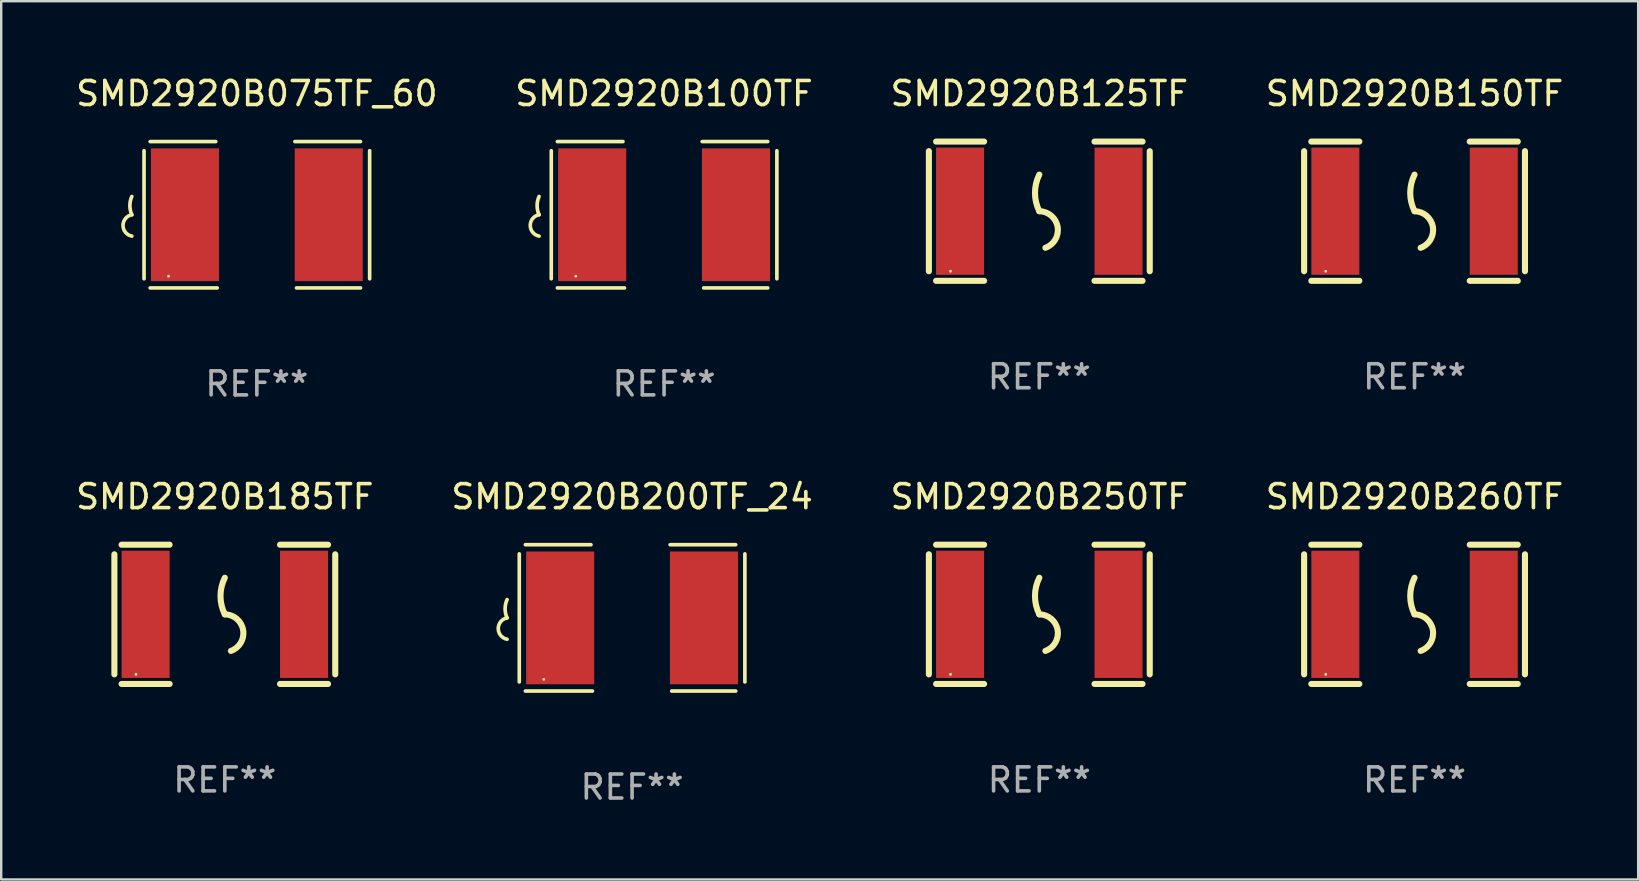
<source format=kicad_pcb>
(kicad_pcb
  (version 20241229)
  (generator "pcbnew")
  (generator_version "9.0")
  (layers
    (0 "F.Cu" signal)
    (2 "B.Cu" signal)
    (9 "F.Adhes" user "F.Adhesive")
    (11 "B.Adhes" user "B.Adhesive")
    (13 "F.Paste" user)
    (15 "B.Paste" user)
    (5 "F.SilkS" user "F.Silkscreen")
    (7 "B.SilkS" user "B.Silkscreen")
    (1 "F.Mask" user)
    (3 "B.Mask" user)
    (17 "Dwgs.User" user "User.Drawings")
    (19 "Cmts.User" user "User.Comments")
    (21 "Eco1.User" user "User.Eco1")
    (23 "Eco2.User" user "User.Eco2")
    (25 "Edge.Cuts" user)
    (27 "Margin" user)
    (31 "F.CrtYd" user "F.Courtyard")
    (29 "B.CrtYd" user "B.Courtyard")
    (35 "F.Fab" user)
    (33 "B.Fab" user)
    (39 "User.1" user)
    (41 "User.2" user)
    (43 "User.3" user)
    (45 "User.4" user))
  (footprint "SMD2920B185TF"
    (layer "F.Cu")
    (at 6.315 22.541)
    (property "Reference" "SMD2920B185TF" (at 0 -4.9 0) (layer "F.SilkS") (effects (font (size 1 1) (thickness 0.15))))
    (attr through_hole)
    (fp_line (start -4.6 -2.5) (end -4.6 2.5) (stroke (width 0.254) (type solid)) (layer "F.SilkS"))
    (fp_line (start -4.3 -2.9) (end -2.3 -2.9) (stroke (width 0.254) (type solid)) (layer "F.SilkS"))
    (fp_line (start -4.3 2.9) (end -2.3 2.9) (stroke (width 0.254) (type solid)) (layer "F.SilkS"))
    (fp_line (start 2.3 -2.9) (end 4.3 -2.9) (stroke (width 0.254) (type solid)) (layer "F.SilkS"))
    (fp_line (start 2.3 2.9) (end 4.3 2.9) (stroke (width 0.254) (type solid)) (layer "F.SilkS"))
    (fp_line (start 4.6 -2.5) (end 4.6 2.5) (stroke (width 0.254) (type solid)) (layer "F.SilkS"))
    (fp_arc (start 0 0) (mid -0.179884 -0.762002) (end 0 -1.524003) (stroke (width 0.254001) (type solid)) (layer "F.SilkS"))
    (fp_arc (start 0 0) (mid 0.763086 0.655987) (end 0.254001 1.524003) (stroke (width 0.254001) (type solid)) (layer "F.SilkS"))
    (fp_circle (center -3.7 2.5) (end -3.67 2.5) (stroke (width 0.06) (type solid)) (fill no) (layer "F.SilkS"))
    (fp_text user "REF**" (at 0 6.9 0) (layer "F.Fab") (effects (font (size 1 1) (thickness 0.15))))
    (pad "1" smd rect (at -3.3 0) (size 2 5.3) (layers "F.Cu" "F.Mask" "F.Paste"))
    (pad "2" smd rect (at 3.3 0) (size 2 5.3) (layers "F.Cu" "F.Mask" "F.Paste")))
  (footprint "SMD2920B075TF_60"
    (layer "F.Cu")
    (at 7.649 5.896)
    (property "Reference" "SMD2920B075TF_60" (at 0 -5.048 0) (layer "F.SilkS") (effects (font (size 1 1) (thickness 0.15))))
    (attr through_hole)
    (fp_line (start -4.699 -2.667) (end -4.699 2.667) (stroke (width 0.152) (type solid)) (layer "F.SilkS"))
    (fp_line (start -4.445 -3.048) (end -1.712 -3.048) (stroke (width 0.152) (type solid)) (layer "F.SilkS"))
    (fp_line (start -1.651 3.048) (end -4.445 3.048) (stroke (width 0.152) (type solid)) (layer "F.SilkS"))
    (fp_line (start 1.651 3.048) (end 4.318 3.048) (stroke (width 0.152) (type solid)) (layer "F.SilkS"))
    (fp_line (start 4.318 -3.048) (end 1.585 -3.048) (stroke (width 0.152) (type solid)) (layer "F.SilkS"))
    (fp_line (start 4.699 -2.667) (end 4.699 2.667) (stroke (width 0.152) (type solid)) (layer "F.SilkS"))
    (fp_arc (start -5.20701 0) (mid -5.288646 -0.381001) (end -5.20701 -0.762002) (stroke (width 0.151994) (type solid)) (layer "F.SilkS"))
    (fp_arc (start -5.20701 0.889002) (mid -5.574698 0.444501) (end -5.20701 0) (stroke (width 0.151994) (type solid)) (layer "F.SilkS"))
    (fp_circle (center -3.677 2.56) (end -3.647 2.56) (stroke (width 0.06) (type solid)) (fill no) (layer "F.SilkS"))
    (fp_text user "REF**" (at 0 7.048 0) (layer "F.Fab") (effects (font (size 1 1) (thickness 0.15))))
    (pad "1" smd rect (at -2.995 0) (size 2.835 5.53) (layers "F.Cu" "F.Mask" "F.Paste"))
    (pad "2" smd rect (at 2.995 0) (size 2.835 5.53) (layers "F.Cu" "F.Mask" "F.Paste")))
  (footprint "SMD2920B200TF_24"
    (layer "F.Cu")
    (at 23.28 22.689)
    (property "Reference" "SMD2920B200TF_24" (at 0 -5.048 0) (layer "F.SilkS") (effects (font (size 1 1) (thickness 0.15))))
    (attr through_hole)
    (fp_line (start -4.699 -2.667) (end -4.699 2.667) (stroke (width 0.152) (type solid)) (layer "F.SilkS"))
    (fp_line (start -4.445 -3.048) (end -1.712 -3.048) (stroke (width 0.152) (type solid)) (layer "F.SilkS"))
    (fp_line (start -1.651 3.048) (end -4.445 3.048) (stroke (width 0.152) (type solid)) (layer "F.SilkS"))
    (fp_line (start 1.651 3.048) (end 4.318 3.048) (stroke (width 0.152) (type solid)) (layer "F.SilkS"))
    (fp_line (start 4.318 -3.048) (end 1.585 -3.048) (stroke (width 0.152) (type solid)) (layer "F.SilkS"))
    (fp_line (start 4.699 -2.667) (end 4.699 2.667) (stroke (width 0.152) (type solid)) (layer "F.SilkS"))
    (fp_arc (start -5.20701 0) (mid -5.288646 -0.381001) (end -5.20701 -0.762002) (stroke (width 0.151994) (type solid)) (layer "F.SilkS"))
    (fp_arc (start -5.20701 0.889002) (mid -5.574698 0.444501) (end -5.20701 0) (stroke (width 0.151994) (type solid)) (layer "F.SilkS"))
    (fp_circle (center -3.677 2.56) (end -3.647 2.56) (stroke (width 0.06) (type solid)) (fill no) (layer "F.SilkS"))
    (fp_text user "REF**" (at 0 7.048 0) (layer "F.Fab") (effects (font (size 1 1) (thickness 0.15))))
    (pad "1" smd rect (at -2.995 0) (size 2.835 5.53) (layers "F.Cu" "F.Mask" "F.Paste"))
    (pad "2" smd rect (at 2.995 0) (size 2.835 5.53) (layers "F.Cu" "F.Mask" "F.Paste")))
  (footprint "SMD2920B260TF"
    (layer "F.Cu")
    (at 55.875 22.541)
    (property "Reference" "SMD2920B260TF" (at 0 -4.9 0) (layer "F.SilkS") (effects (font (size 1 1) (thickness 0.15))))
    (attr through_hole)
    (fp_line (start -4.6 -2.5) (end -4.6 2.5) (stroke (width 0.254) (type solid)) (layer "F.SilkS"))
    (fp_line (start -4.3 -2.9) (end -2.3 -2.9) (stroke (width 0.254) (type solid)) (layer "F.SilkS"))
    (fp_line (start -4.3 2.9) (end -2.3 2.9) (stroke (width 0.254) (type solid)) (layer "F.SilkS"))
    (fp_line (start 2.3 -2.9) (end 4.3 -2.9) (stroke (width 0.254) (type solid)) (layer "F.SilkS"))
    (fp_line (start 2.3 2.9) (end 4.3 2.9) (stroke (width 0.254) (type solid)) (layer "F.SilkS"))
    (fp_line (start 4.6 -2.5) (end 4.6 2.5) (stroke (width 0.254) (type solid)) (layer "F.SilkS"))
    (fp_arc (start 0 0) (mid -0.179884 -0.762002) (end 0 -1.524003) (stroke (width 0.254001) (type solid)) (layer "F.SilkS"))
    (fp_arc (start 0 0) (mid 0.763086 0.655987) (end 0.254001 1.524003) (stroke (width 0.254001) (type solid)) (layer "F.SilkS"))
    (fp_circle (center -3.7 2.5) (end -3.67 2.5) (stroke (width 0.06) (type solid)) (fill no) (layer "F.SilkS"))
    (fp_text user "REF**" (at 0 6.9 0) (layer "F.Fab") (effects (font (size 1 1) (thickness 0.15))))
    (pad "1" smd rect (at -3.3 0) (size 2 5.3) (layers "F.Cu" "F.Mask" "F.Paste"))
    (pad "2" smd rect (at 3.3 0) (size 2 5.3) (layers "F.Cu" "F.Mask" "F.Paste")))
  (footprint "SMD2920B100TF"
    (layer "F.Cu")
    (at 24.613 5.896)
    (property "Reference" "SMD2920B100TF" (at 0 -5.048 0) (layer "F.SilkS") (effects (font (size 1 1) (thickness 0.15))))
    (attr through_hole)
    (fp_line (start -4.699 -2.667) (end -4.699 2.667) (stroke (width 0.152) (type solid)) (layer "F.SilkS"))
    (fp_line (start -4.445 -3.048) (end -1.712 -3.048) (stroke (width 0.152) (type solid)) (layer "F.SilkS"))
    (fp_line (start -1.651 3.048) (end -4.445 3.048) (stroke (width 0.152) (type solid)) (layer "F.SilkS"))
    (fp_line (start 1.651 3.048) (end 4.318 3.048) (stroke (width 0.152) (type solid)) (layer "F.SilkS"))
    (fp_line (start 4.318 -3.048) (end 1.585 -3.048) (stroke (width 0.152) (type solid)) (layer "F.SilkS"))
    (fp_line (start 4.699 -2.667) (end 4.699 2.667) (stroke (width 0.152) (type solid)) (layer "F.SilkS"))
    (fp_arc (start -5.20701 0) (mid -5.288646 -0.381001) (end -5.20701 -0.762002) (stroke (width 0.151994) (type solid)) (layer "F.SilkS"))
    (fp_arc (start -5.20701 0.889002) (mid -5.574698 0.444501) (end -5.20701 0) (stroke (width 0.151994) (type solid)) (layer "F.SilkS"))
    (fp_circle (center -3.677 2.56) (end -3.647 2.56) (stroke (width 0.06) (type solid)) (fill no) (layer "F.SilkS"))
    (fp_text user "REF**" (at 0 7.048 0) (layer "F.Fab") (effects (font (size 1 1) (thickness 0.15))))
    (pad "1" smd rect (at -2.995 0) (size 2.835 5.53) (layers "F.Cu" "F.Mask" "F.Paste"))
    (pad "2" smd rect (at 2.995 0) (size 2.835 5.53) (layers "F.Cu" "F.Mask" "F.Paste")))
  (footprint "SMD2920B250TF"
    (layer "F.Cu")
    (at 40.244 22.541)
    (property "Reference" "SMD2920B250TF" (at 0 -4.9 0) (layer "F.SilkS") (effects (font (size 1 1) (thickness 0.15))))
    (attr through_hole)
    (fp_line (start -4.6 -2.5) (end -4.6 2.5) (stroke (width 0.254) (type solid)) (layer "F.SilkS"))
    (fp_line (start -4.3 -2.9) (end -2.3 -2.9) (stroke (width 0.254) (type solid)) (layer "F.SilkS"))
    (fp_line (start -4.3 2.9) (end -2.3 2.9) (stroke (width 0.254) (type solid)) (layer "F.SilkS"))
    (fp_line (start 2.3 -2.9) (end 4.3 -2.9) (stroke (width 0.254) (type solid)) (layer "F.SilkS"))
    (fp_line (start 2.3 2.9) (end 4.3 2.9) (stroke (width 0.254) (type solid)) (layer "F.SilkS"))
    (fp_line (start 4.6 -2.5) (end 4.6 2.5) (stroke (width 0.254) (type solid)) (layer "F.SilkS"))
    (fp_arc (start 0 0) (mid -0.179884 -0.762002) (end 0 -1.524003) (stroke (width 0.254001) (type solid)) (layer "F.SilkS"))
    (fp_arc (start 0 0) (mid 0.763086 0.655987) (end 0.254001 1.524003) (stroke (width 0.254001) (type solid)) (layer "F.SilkS"))
    (fp_circle (center -3.7 2.5) (end -3.67 2.5) (stroke (width 0.06) (type solid)) (fill no) (layer "F.SilkS"))
    (fp_text user "REF**" (at 0 6.9 0) (layer "F.Fab") (effects (font (size 1 1) (thickness 0.15))))
    (pad "1" smd rect (at -3.3 0) (size 2 5.3) (layers "F.Cu" "F.Mask" "F.Paste"))
    (pad "2" smd rect (at 3.3 0) (size 2 5.3) (layers "F.Cu" "F.Mask" "F.Paste")))
  (footprint "SMD2920B125TF"
    (layer "F.Cu")
    (at 40.244 5.748)
    (property "Reference" "SMD2920B125TF" (at 0 -4.9 0) (layer "F.SilkS") (effects (font (size 1 1) (thickness 0.15))))
    (attr through_hole)
    (fp_line (start -4.6 -2.5) (end -4.6 2.5) (stroke (width 0.254) (type solid)) (layer "F.SilkS"))
    (fp_line (start -4.3 -2.9) (end -2.3 -2.9) (stroke (width 0.254) (type solid)) (layer "F.SilkS"))
    (fp_line (start -4.3 2.9) (end -2.3 2.9) (stroke (width 0.254) (type solid)) (layer "F.SilkS"))
    (fp_line (start 2.3 -2.9) (end 4.3 -2.9) (stroke (width 0.254) (type solid)) (layer "F.SilkS"))
    (fp_line (start 2.3 2.9) (end 4.3 2.9) (stroke (width 0.254) (type solid)) (layer "F.SilkS"))
    (fp_line (start 4.6 -2.5) (end 4.6 2.5) (stroke (width 0.254) (type solid)) (layer "F.SilkS"))
    (fp_arc (start 0 0) (mid -0.179884 -0.762002) (end 0 -1.524003) (stroke (width 0.254001) (type solid)) (layer "F.SilkS"))
    (fp_arc (start 0 0) (mid 0.763086 0.655987) (end 0.254001 1.524003) (stroke (width 0.254001) (type solid)) (layer "F.SilkS"))
    (fp_circle (center -3.7 2.5) (end -3.67 2.5) (stroke (width 0.06) (type solid)) (fill no) (layer "F.SilkS"))
    (fp_text user "REF**" (at 0 6.9 0) (layer "F.Fab") (effects (font (size 1 1) (thickness 0.15))))
    (pad "1" smd rect (at -3.3 0) (size 2 5.3) (layers "F.Cu" "F.Mask" "F.Paste"))
    (pad "2" smd rect (at 3.3 0) (size 2 5.3) (layers "F.Cu" "F.Mask" "F.Paste")))
  (footprint "SMD2920B150TF"
    (layer "F.Cu")
    (at 55.875 5.748)
    (property "Reference" "SMD2920B150TF" (at 0 -4.9 0) (layer "F.SilkS") (effects (font (size 1 1) (thickness 0.15))))
    (attr through_hole)
    (fp_line (start -4.6 -2.5) (end -4.6 2.5) (stroke (width 0.254) (type solid)) (layer "F.SilkS"))
    (fp_line (start -4.3 -2.9) (end -2.3 -2.9) (stroke (width 0.254) (type solid)) (layer "F.SilkS"))
    (fp_line (start -4.3 2.9) (end -2.3 2.9) (stroke (width 0.254) (type solid)) (layer "F.SilkS"))
    (fp_line (start 2.3 -2.9) (end 4.3 -2.9) (stroke (width 0.254) (type solid)) (layer "F.SilkS"))
    (fp_line (start 2.3 2.9) (end 4.3 2.9) (stroke (width 0.254) (type solid)) (layer "F.SilkS"))
    (fp_line (start 4.6 -2.5) (end 4.6 2.5) (stroke (width 0.254) (type solid)) (layer "F.SilkS"))
    (fp_arc (start 0 0) (mid -0.179884 -0.762002) (end 0 -1.524003) (stroke (width 0.254001) (type solid)) (layer "F.SilkS"))
    (fp_arc (start 0 0) (mid 0.763086 0.655987) (end 0.254001 1.524003) (stroke (width 0.254001) (type solid)) (layer "F.SilkS"))
    (fp_circle (center -3.7 2.5) (end -3.67 2.5) (stroke (width 0.06) (type solid)) (fill no) (layer "F.SilkS"))
    (fp_text user "REF**" (at 0 6.9 0) (layer "F.Fab") (effects (font (size 1 1) (thickness 0.15))))
    (pad "1" smd rect (at -3.3 0) (size 2 5.3) (layers "F.Cu" "F.Mask" "F.Paste"))
    (pad "2" smd rect (at 3.3 0) (size 2 5.3) (layers "F.Cu" "F.Mask" "F.Paste")))
  (gr_rect
    (start -3 -3)
    (end 65.19 33.585)
    (stroke (width 0.1) (type default))
    (fill no)
    (layer "Edge.Cuts")))
</source>
